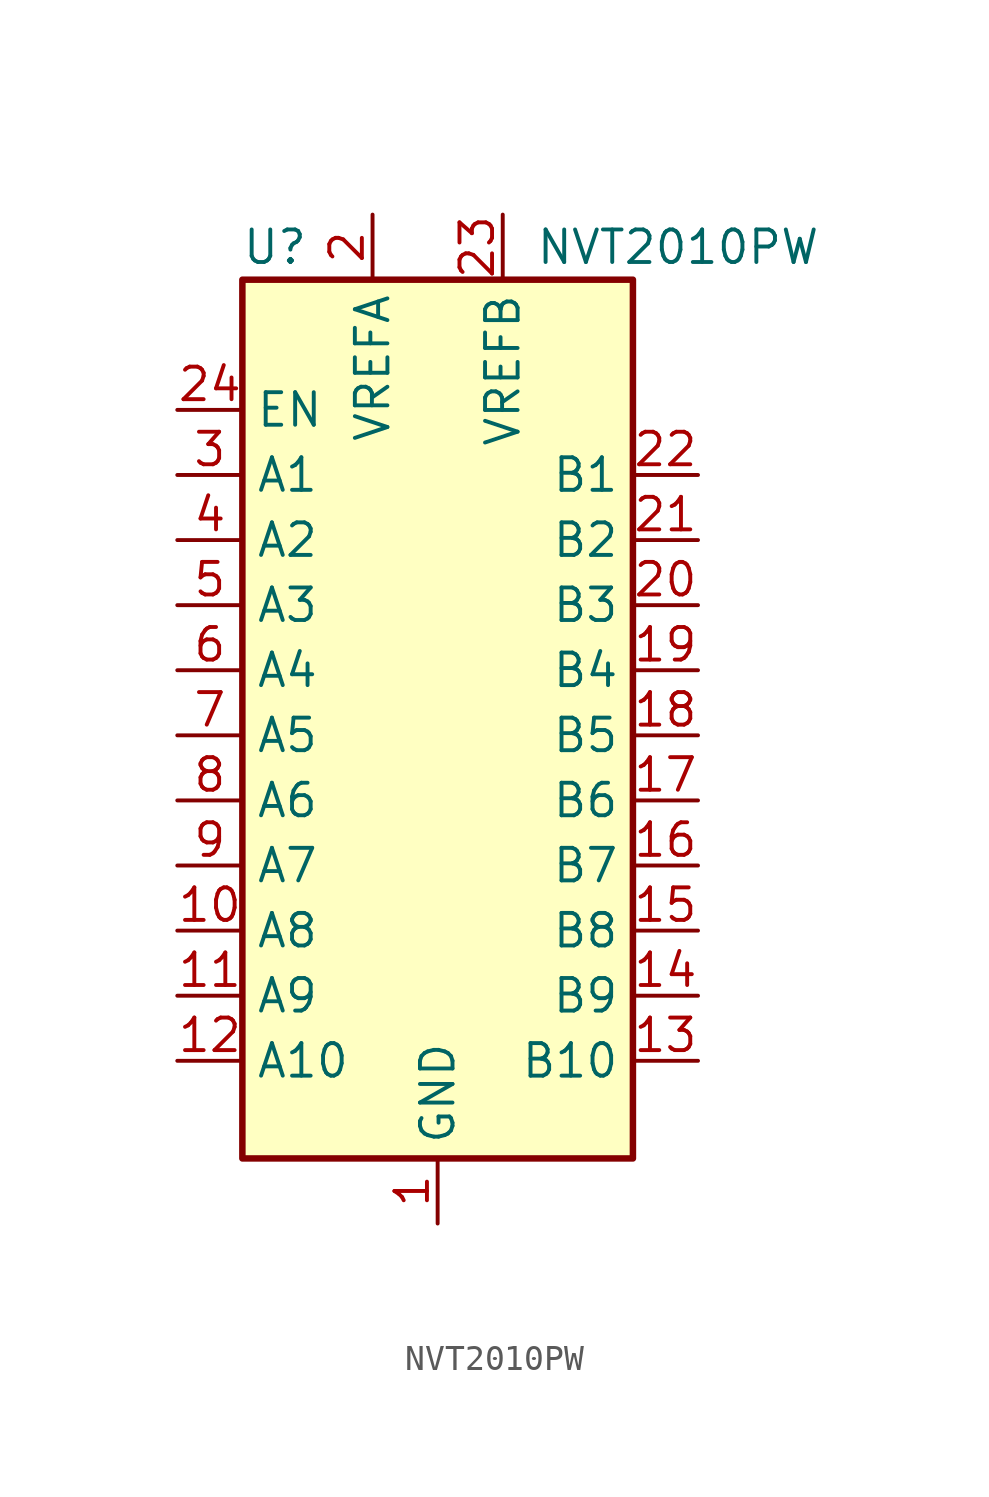
<source format=kicad_sym>
(kicad_symbol_lib
  (version 20211014)
  (generator kicad_symbol_editor)
  (symbol "NVT2010PW"
    (property "Reference" "U"
      (at -6.35 16.51 0)
      (effects (font (size 1.27 1.27))))
    (property "Value" "NVT2010PW"
      (at 3.81 16.51 0)
      (effects (font (size 1.27 1.27)) (justify left)))
    (symbol "NVT2010PW_0_1"
      (rectangle (start -7.62 15.24) (end 7.62 -19.05) (stroke (width 0.254) (type default) (color 0 0 0 0)) (fill (type background))))
    (symbol "NVT2010PW_1_1"
      (pin power_in line (at 0 -21.59 90) (length 2.54) (name "GND" (effects (font (size 1.27 1.27)))) (number "1" (effects (font (size 1.27 1.27)))))
      (pin bidirectional line (at -10.16 -10.16 0) (length 2.54) (name "A8" (effects (font (size 1.27 1.27)))) (number "10" (effects (font (size 1.27 1.27)))))
      (pin bidirectional line (at -10.16 -12.7 0) (length 2.54) (name "A9" (effects (font (size 1.27 1.27)))) (number "11" (effects (font (size 1.27 1.27)))))
      (pin bidirectional line (at -10.16 -15.24 0) (length 2.54) (name "A10" (effects (font (size 1.27 1.27)))) (number "12" (effects (font (size 1.27 1.27)))))
      (pin bidirectional line (at 10.16 -15.24 180) (length 2.54) (name "B10" (effects (font (size 1.27 1.27)))) (number "13" (effects (font (size 1.27 1.27)))))
      (pin bidirectional line (at 10.16 -12.7 180) (length 2.54) (name "B9" (effects (font (size 1.27 1.27)))) (number "14" (effects (font (size 1.27 1.27)))))
      (pin bidirectional line (at 10.16 -10.16 180) (length 2.54) (name "B8" (effects (font (size 1.27 1.27)))) (number "15" (effects (font (size 1.27 1.27)))))
      (pin bidirectional line (at 10.16 -7.62 180) (length 2.54) (name "B7" (effects (font (size 1.27 1.27)))) (number "16" (effects (font (size 1.27 1.27)))))
      (pin bidirectional line (at 10.16 -5.08 180) (length 2.54) (name "B6" (effects (font (size 1.27 1.27)))) (number "17" (effects (font (size 1.27 1.27)))))
      (pin bidirectional line (at 10.16 -2.54 180) (length 2.54) (name "B5" (effects (font (size 1.27 1.27)))) (number "18" (effects (font (size 1.27 1.27)))))
      (pin bidirectional line (at 10.16 0 180) (length 2.54) (name "B4" (effects (font (size 1.27 1.27)))) (number "19" (effects (font (size 1.27 1.27)))))
      (pin power_in line (at -2.54 17.78 270) (length 2.54) (name "VREFA" (effects (font (size 1.27 1.27)))) (number "2" (effects (font (size 1.27 1.27)))))
      (pin bidirectional line (at 10.16 2.54 180) (length 2.54) (name "B3" (effects (font (size 1.27 1.27)))) (number "20" (effects (font (size 1.27 1.27)))))
      (pin bidirectional line (at 10.16 5.08 180) (length 2.54) (name "B2" (effects (font (size 1.27 1.27)))) (number "21" (effects (font (size 1.27 1.27)))))
      (pin bidirectional line (at 10.16 7.62 180) (length 2.54) (name "B1" (effects (font (size 1.27 1.27)))) (number "22" (effects (font (size 1.27 1.27)))))
      (pin power_in line (at 2.54 17.78 270) (length 2.54) (name "VREFB" (effects (font (size 1.27 1.27)))) (number "23" (effects (font (size 1.27 1.27)))))
      (pin input line (at -10.16 10.16 0) (length 2.54) (name "EN" (effects (font (size 1.27 1.27)))) (number "24" (effects (font (size 1.27 1.27)))))
      (pin bidirectional line (at -10.16 7.62 0) (length 2.54) (name "A1" (effects (font (size 1.27 1.27)))) (number "3" (effects (font (size 1.27 1.27)))))
      (pin bidirectional line (at -10.16 5.08 0) (length 2.54) (name "A2" (effects (font (size 1.27 1.27)))) (number "4" (effects (font (size 1.27 1.27)))))
      (pin bidirectional line (at -10.16 2.54 0) (length 2.54) (name "A3" (effects (font (size 1.27 1.27)))) (number "5" (effects (font (size 1.27 1.27)))))
      (pin bidirectional line (at -10.16 0 0) (length 2.54) (name "A4" (effects (font (size 1.27 1.27)))) (number "6" (effects (font (size 1.27 1.27)))))
      (pin bidirectional line (at -10.16 -2.54 0) (length 2.54) (name "A5" (effects (font (size 1.27 1.27)))) (number "7" (effects (font (size 1.27 1.27)))))
      (pin bidirectional line (at -10.16 -5.08 0) (length 2.54) (name "A6" (effects (font (size 1.27 1.27)))) (number "8" (effects (font (size 1.27 1.27)))))
      (pin bidirectional line (at -10.16 -7.62 0) (length 2.54) (name "A7" (effects (font (size 1.27 1.27)))) (number "9" (effects (font (size 1.27 1.27))))))))
</source>
